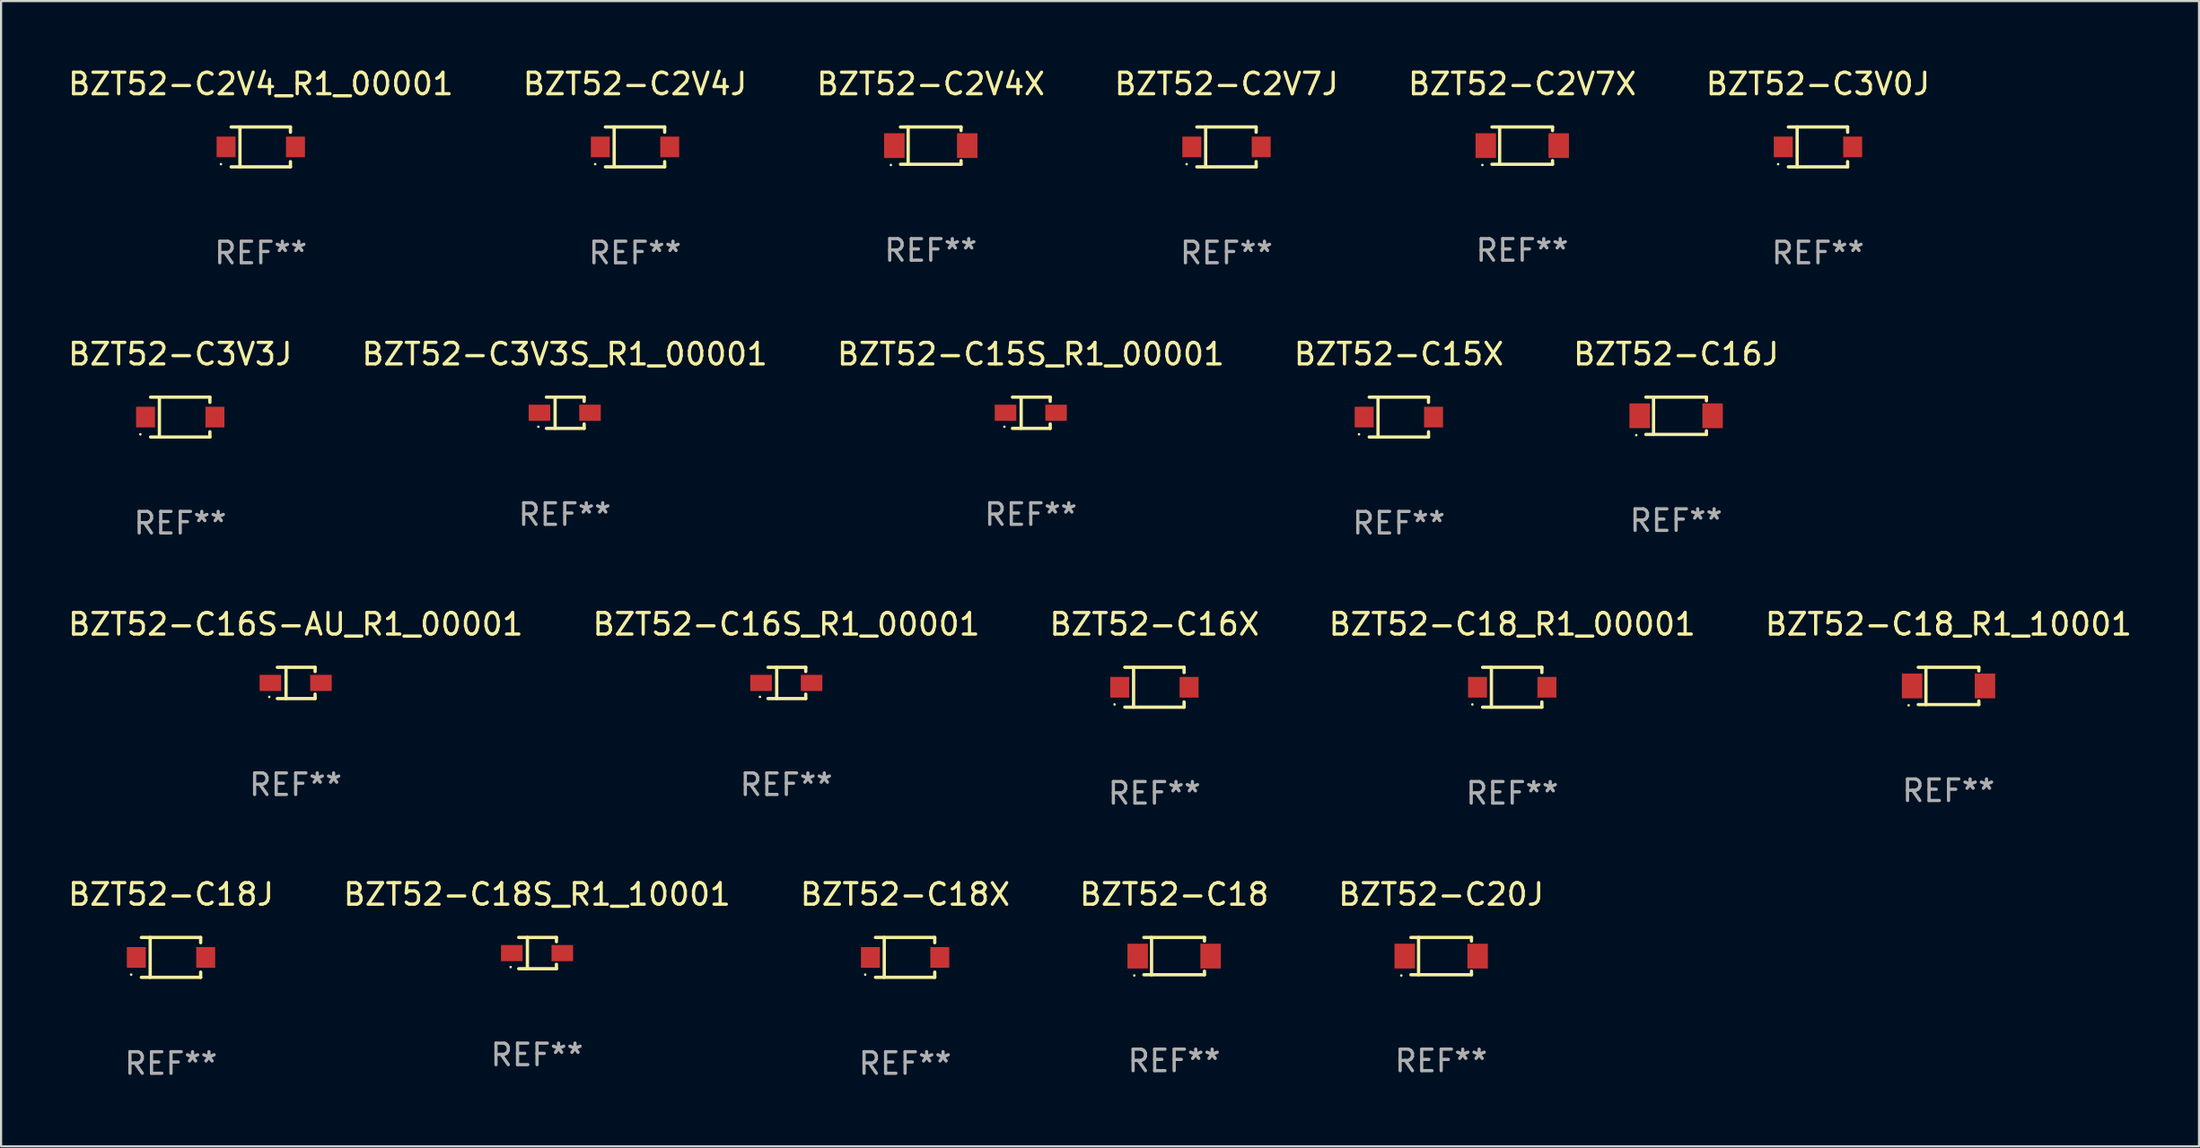
<source format=kicad_pcb>
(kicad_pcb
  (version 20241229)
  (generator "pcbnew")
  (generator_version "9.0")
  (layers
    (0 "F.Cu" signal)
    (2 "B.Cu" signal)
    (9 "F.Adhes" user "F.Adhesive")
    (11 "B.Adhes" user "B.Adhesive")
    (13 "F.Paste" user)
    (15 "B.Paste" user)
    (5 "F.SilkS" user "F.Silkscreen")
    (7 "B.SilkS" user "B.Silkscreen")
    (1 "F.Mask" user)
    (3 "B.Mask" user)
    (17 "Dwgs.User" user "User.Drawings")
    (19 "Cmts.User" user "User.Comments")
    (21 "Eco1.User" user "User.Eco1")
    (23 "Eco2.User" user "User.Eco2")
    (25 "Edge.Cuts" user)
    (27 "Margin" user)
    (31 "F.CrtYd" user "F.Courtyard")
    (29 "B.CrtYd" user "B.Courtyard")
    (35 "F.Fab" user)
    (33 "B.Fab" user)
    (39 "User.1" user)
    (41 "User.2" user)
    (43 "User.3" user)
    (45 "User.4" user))
  (footprint "BZT52-C2V4X"
    (layer "F.Cu")
    (at 40.149 3.714)
    (property "Reference" "BZT52-C2V4X" (at 0 -2.866 0) (layer "F.SilkS") (effects (font (size 1 1) (thickness 0.15))))
    (attr through_hole)
    (fp_line (start -1.406 -0.866) (end 1.406 -0.866) (stroke (width 0.152) (type solid)) (layer "F.SilkS"))
    (fp_line (start -1.406 0.866) (end 1.406 0.866) (stroke (width 0.152) (type solid)) (layer "F.SilkS"))
    (fp_line (start -1.049 -0.866) (end -1.049 0.866) (stroke (width 0.152) (type solid)) (layer "F.SilkS"))
    (fp_line (start 1.406 -0.866) (end 1.406 -0.698) (stroke (width 0.152) (type solid)) (layer "F.SilkS"))
    (fp_line (start 1.406 0.866) (end 1.406 0.698) (stroke (width 0.152) (type solid)) (layer "F.SilkS"))
    (fp_circle (center -1.851 0.9) (end -1.821 0.9) (stroke (width 0.06) (type solid)) (fill no) (layer "F.SilkS"))
    (fp_text user "REF**" (at 0 4.866 0) (layer "F.Fab") (effects (font (size 1 1) (thickness 0.15))))
    (pad "1" smd rect (at -1.692 0) (size 0.95 1.15) (layers "F.Cu" "F.Mask" "F.Paste"))
    (pad "2" smd rect (at 1.692 0) (size 0.95 1.15) (layers "F.Cu" "F.Mask" "F.Paste")))
  (footprint "BZT52-C20J"
    (layer "F.Cu")
    (at 63.839 41.361)
    (property "Reference" "BZT52-C20J" (at 0 -2.866 0) (layer "F.SilkS") (effects (font (size 1 1) (thickness 0.15))))
    (attr through_hole)
    (fp_line (start -1.406 -0.866) (end 1.406 -0.866) (stroke (width 0.152) (type solid)) (layer "F.SilkS"))
    (fp_line (start -1.406 0.866) (end 1.406 0.866) (stroke (width 0.152) (type solid)) (layer "F.SilkS"))
    (fp_line (start -1.049 -0.866) (end -1.049 0.866) (stroke (width 0.152) (type solid)) (layer "F.SilkS"))
    (fp_line (start 1.406 -0.866) (end 1.406 -0.698) (stroke (width 0.152) (type solid)) (layer "F.SilkS"))
    (fp_line (start 1.406 0.866) (end 1.406 0.698) (stroke (width 0.152) (type solid)) (layer "F.SilkS"))
    (fp_circle (center -1.851 0.9) (end -1.821 0.9) (stroke (width 0.06) (type solid)) (fill no) (layer "F.SilkS"))
    (fp_text user "REF**" (at 0 4.866 0) (layer "F.Fab") (effects (font (size 1 1) (thickness 0.15))))
    (pad "1" smd rect (at -1.692 0) (size 0.95 1.15) (layers "F.Cu" "F.Mask" "F.Paste"))
    (pad "2" smd rect (at 1.692 0) (size 0.95 1.15) (layers "F.Cu" "F.Mask" "F.Paste")))
  (footprint "BZT52-C3V0J"
    (layer "F.Cu")
    (at 81.327 3.774)
    (property "Reference" "BZT52-C3V0J" (at 0 -2.926 0) (layer "F.SilkS") (effects (font (size 1 1) (thickness 0.15))))
    (attr through_hole)
    (fp_line (start -1.376 -0.926) (end 1.376 -0.926) (stroke (width 0.152) (type solid)) (layer "F.SilkS"))
    (fp_line (start -1.376 0.926) (end 1.376 0.926) (stroke (width 0.152) (type solid)) (layer "F.SilkS"))
    (fp_line (start -0.967 -0.926) (end -0.967 0.926) (stroke (width 0.152) (type solid)) (layer "F.SilkS"))
    (fp_line (start 1.376 -0.926) (end 1.376 -0.683) (stroke (width 0.152) (type solid)) (layer "F.SilkS"))
    (fp_line (start 1.376 0.926) (end 1.376 0.683) (stroke (width 0.152) (type solid)) (layer "F.SilkS"))
    (fp_circle (center -1.85 0.8) (end -1.82 0.8) (stroke (width 0.06) (type solid)) (fill no) (layer "F.SilkS"))
    (fp_text user "REF**" (at 0 4.926 0) (layer "F.Fab") (effects (font (size 1 1) (thickness 0.15))))
    (pad "1" smd rect (at -1.61 0) (size 0.88 0.96) (layers "F.Cu" "F.Mask" "F.Paste"))
    (pad "2" smd rect (at 1.61 0) (size 0.88 0.96) (layers "F.Cu" "F.Mask" "F.Paste")))
  (footprint "BZT52-C16S-AU_R1_00001"
    (layer "F.Cu")
    (at 10.673 28.672)
    (property "Reference" "BZT52-C16S-AU_R1_00001" (at 0 -2.726 0) (layer "F.SilkS") (effects (font (size 1 1) (thickness 0.15))))
    (attr through_hole)
    (fp_line (start -0.851 -0.726) (end 0.901 -0.726) (stroke (width 0.152) (type solid)) (layer "F.SilkS"))
    (fp_line (start -0.851 0.726) (end 0.901 0.726) (stroke (width 0.152) (type solid)) (layer "F.SilkS"))
    (fp_line (start -0.447 -0.726) (end -0.447 0.726) (stroke (width 0.152) (type solid)) (layer "F.SilkS"))
    (fp_line (start 0.901 -0.726) (end 0.901 -0.53) (stroke (width 0.152) (type solid)) (layer "F.SilkS"))
    (fp_line (start 0.901 0.726) (end 0.901 0.52) (stroke (width 0.152) (type solid)) (layer "F.SilkS"))
    (fp_circle (center -1.225 0.65) (end -1.195 0.65) (stroke (width 0.06) (type solid)) (fill no) (layer "F.SilkS"))
    (fp_text user "REF**" (at 0 4.726 0) (layer "F.Fab") (effects (font (size 1 1) (thickness 0.15))))
    (pad "1" smd rect (at -1.173 0) (size 1 0.75) (layers "F.Cu" "F.Mask" "F.Paste"))
    (pad "2" smd rect (at 1.173 0) (size 1 0.75) (layers "F.Cu" "F.Mask" "F.Paste")))
  (footprint "BZT52-C3V3S_R1_00001"
    (layer "F.Cu")
    (at 23.161 16.123)
    (property "Reference" "BZT52-C3V3S_R1_00001" (at 0 -2.726 0) (layer "F.SilkS") (effects (font (size 1 1) (thickness 0.15))))
    (attr through_hole)
    (fp_line (start -0.851 -0.726) (end 0.901 -0.726) (stroke (width 0.152) (type solid)) (layer "F.SilkS"))
    (fp_line (start -0.851 0.726) (end 0.901 0.726) (stroke (width 0.152) (type solid)) (layer "F.SilkS"))
    (fp_line (start -0.447 -0.726) (end -0.447 0.726) (stroke (width 0.152) (type solid)) (layer "F.SilkS"))
    (fp_line (start 0.901 -0.726) (end 0.901 -0.53) (stroke (width 0.152) (type solid)) (layer "F.SilkS"))
    (fp_line (start 0.901 0.726) (end 0.901 0.52) (stroke (width 0.152) (type solid)) (layer "F.SilkS"))
    (fp_circle (center -1.225 0.65) (end -1.195 0.65) (stroke (width 0.06) (type solid)) (fill no) (layer "F.SilkS"))
    (fp_text user "REF**" (at 0 4.726 0) (layer "F.Fab") (effects (font (size 1 1) (thickness 0.15))))
    (pad "1" smd rect (at -1.173 0) (size 1 0.75) (layers "F.Cu" "F.Mask" "F.Paste"))
    (pad "2" smd rect (at 1.173 0) (size 1 0.75) (layers "F.Cu" "F.Mask" "F.Paste")))
  (footprint "BZT52-C18"
    (layer "F.Cu")
    (at 51.446 41.361)
    (property "Reference" "BZT52-C18" (at 0 -2.866 0) (layer "F.SilkS") (effects (font (size 1 1) (thickness 0.15))))
    (attr through_hole)
    (fp_line (start -1.406 -0.866) (end 1.406 -0.866) (stroke (width 0.152) (type solid)) (layer "F.SilkS"))
    (fp_line (start -1.406 0.866) (end 1.406 0.866) (stroke (width 0.152) (type solid)) (layer "F.SilkS"))
    (fp_line (start -1.049 -0.866) (end -1.049 0.866) (stroke (width 0.152) (type solid)) (layer "F.SilkS"))
    (fp_line (start 1.406 -0.866) (end 1.406 -0.698) (stroke (width 0.152) (type solid)) (layer "F.SilkS"))
    (fp_line (start 1.406 0.866) (end 1.406 0.698) (stroke (width 0.152) (type solid)) (layer "F.SilkS"))
    (fp_circle (center -1.851 0.9) (end -1.821 0.9) (stroke (width 0.06) (type solid)) (fill no) (layer "F.SilkS"))
    (fp_text user "REF**" (at 0 4.866 0) (layer "F.Fab") (effects (font (size 1 1) (thickness 0.15))))
    (pad "1" smd rect (at -1.692 0) (size 0.95 1.15) (layers "F.Cu" "F.Mask" "F.Paste"))
    (pad "2" smd rect (at 1.692 0) (size 0.95 1.15) (layers "F.Cu" "F.Mask" "F.Paste")))
  (footprint "BZT52-C15S_R1_00001"
    (layer "F.Cu")
    (at 44.792 16.123)
    (property "Reference" "BZT52-C15S_R1_00001" (at 0 -2.726 0) (layer "F.SilkS") (effects (font (size 1 1) (thickness 0.15))))
    (attr through_hole)
    (fp_line (start -0.851 -0.726) (end 0.901 -0.726) (stroke (width 0.152) (type solid)) (layer "F.SilkS"))
    (fp_line (start -0.851 0.726) (end 0.901 0.726) (stroke (width 0.152) (type solid)) (layer "F.SilkS"))
    (fp_line (start -0.447 -0.726) (end -0.447 0.726) (stroke (width 0.152) (type solid)) (layer "F.SilkS"))
    (fp_line (start 0.901 -0.726) (end 0.901 -0.53) (stroke (width 0.152) (type solid)) (layer "F.SilkS"))
    (fp_line (start 0.901 0.726) (end 0.901 0.52) (stroke (width 0.152) (type solid)) (layer "F.SilkS"))
    (fp_circle (center -1.225 0.65) (end -1.195 0.65) (stroke (width 0.06) (type solid)) (fill no) (layer "F.SilkS"))
    (fp_text user "REF**" (at 0 4.726 0) (layer "F.Fab") (effects (font (size 1 1) (thickness 0.15))))
    (pad "1" smd rect (at -1.173 0) (size 1 0.75) (layers "F.Cu" "F.Mask" "F.Paste"))
    (pad "2" smd rect (at 1.173 0) (size 1 0.75) (layers "F.Cu" "F.Mask" "F.Paste")))
  (footprint "BZT52-C16J"
    (layer "F.Cu")
    (at 74.744 16.263)
    (property "Reference" "BZT52-C16J" (at 0 -2.866 0) (layer "F.SilkS") (effects (font (size 1 1) (thickness 0.15))))
    (attr through_hole)
    (fp_line (start -1.406 -0.866) (end 1.406 -0.866) (stroke (width 0.152) (type solid)) (layer "F.SilkS"))
    (fp_line (start -1.406 0.866) (end 1.406 0.866) (stroke (width 0.152) (type solid)) (layer "F.SilkS"))
    (fp_line (start -1.049 -0.866) (end -1.049 0.866) (stroke (width 0.152) (type solid)) (layer "F.SilkS"))
    (fp_line (start 1.406 -0.866) (end 1.406 -0.698) (stroke (width 0.152) (type solid)) (layer "F.SilkS"))
    (fp_line (start 1.406 0.866) (end 1.406 0.698) (stroke (width 0.152) (type solid)) (layer "F.SilkS"))
    (fp_circle (center -1.851 0.9) (end -1.821 0.9) (stroke (width 0.06) (type solid)) (fill no) (layer "F.SilkS"))
    (fp_text user "REF**" (at 0 4.866 0) (layer "F.Fab") (effects (font (size 1 1) (thickness 0.15))))
    (pad "1" smd rect (at -1.692 0) (size 0.95 1.15) (layers "F.Cu" "F.Mask" "F.Paste"))
    (pad "2" smd rect (at 1.692 0) (size 0.95 1.15) (layers "F.Cu" "F.Mask" "F.Paste")))
  (footprint "BZT52-C18S_R1_10001"
    (layer "F.Cu")
    (at 21.875 41.221)
    (property "Reference" "BZT52-C18S_R1_10001" (at 0 -2.726 0) (layer "F.SilkS") (effects (font (size 1 1) (thickness 0.15))))
    (attr through_hole)
    (fp_line (start -0.851 -0.726) (end 0.901 -0.726) (stroke (width 0.152) (type solid)) (layer "F.SilkS"))
    (fp_line (start -0.851 0.726) (end 0.901 0.726) (stroke (width 0.152) (type solid)) (layer "F.SilkS"))
    (fp_line (start -0.447 -0.726) (end -0.447 0.726) (stroke (width 0.152) (type solid)) (layer "F.SilkS"))
    (fp_line (start 0.901 -0.726) (end 0.901 -0.53) (stroke (width 0.152) (type solid)) (layer "F.SilkS"))
    (fp_line (start 0.901 0.726) (end 0.901 0.52) (stroke (width 0.152) (type solid)) (layer "F.SilkS"))
    (fp_circle (center -1.225 0.65) (end -1.195 0.65) (stroke (width 0.06) (type solid)) (fill no) (layer "F.SilkS"))
    (fp_text user "REF**" (at 0 4.726 0) (layer "F.Fab") (effects (font (size 1 1) (thickness 0.15))))
    (pad "1" smd rect (at -1.173 0) (size 1 0.75) (layers "F.Cu" "F.Mask" "F.Paste"))
    (pad "2" smd rect (at 1.173 0) (size 1 0.75) (layers "F.Cu" "F.Mask" "F.Paste")))
  (footprint "BZT52-C16S_R1_00001"
    (layer "F.Cu")
    (at 33.446 28.672)
    (property "Reference" "BZT52-C16S_R1_00001" (at 0 -2.726 0) (layer "F.SilkS") (effects (font (size 1 1) (thickness 0.15))))
    (attr through_hole)
    (fp_line (start -0.851 -0.726) (end 0.901 -0.726) (stroke (width 0.152) (type solid)) (layer "F.SilkS"))
    (fp_line (start -0.851 0.726) (end 0.901 0.726) (stroke (width 0.152) (type solid)) (layer "F.SilkS"))
    (fp_line (start -0.447 -0.726) (end -0.447 0.726) (stroke (width 0.152) (type solid)) (layer "F.SilkS"))
    (fp_line (start 0.901 -0.726) (end 0.901 -0.53) (stroke (width 0.152) (type solid)) (layer "F.SilkS"))
    (fp_line (start 0.901 0.726) (end 0.901 0.52) (stroke (width 0.152) (type solid)) (layer "F.SilkS"))
    (fp_circle (center -1.225 0.65) (end -1.195 0.65) (stroke (width 0.06) (type solid)) (fill no) (layer "F.SilkS"))
    (fp_text user "REF**" (at 0 4.726 0) (layer "F.Fab") (effects (font (size 1 1) (thickness 0.15))))
    (pad "1" smd rect (at -1.173 0) (size 1 0.75) (layers "F.Cu" "F.Mask" "F.Paste"))
    (pad "2" smd rect (at 1.173 0) (size 1 0.75) (layers "F.Cu" "F.Mask" "F.Paste")))
  (footprint "BZT52-C18X"
    (layer "F.Cu")
    (at 38.958 41.421)
    (property "Reference" "BZT52-C18X" (at 0 -2.926 0) (layer "F.SilkS") (effects (font (size 1 1) (thickness 0.15))))
    (attr through_hole)
    (fp_line (start -1.376 -0.926) (end 1.376 -0.926) (stroke (width 0.152) (type solid)) (layer "F.SilkS"))
    (fp_line (start -1.376 0.926) (end 1.376 0.926) (stroke (width 0.152) (type solid)) (layer "F.SilkS"))
    (fp_line (start -0.967 -0.926) (end -0.967 0.926) (stroke (width 0.152) (type solid)) (layer "F.SilkS"))
    (fp_line (start 1.376 -0.926) (end 1.376 -0.683) (stroke (width 0.152) (type solid)) (layer "F.SilkS"))
    (fp_line (start 1.376 0.926) (end 1.376 0.683) (stroke (width 0.152) (type solid)) (layer "F.SilkS"))
    (fp_circle (center -1.85 0.8) (end -1.82 0.8) (stroke (width 0.06) (type solid)) (fill no) (layer "F.SilkS"))
    (fp_text user "REF**" (at 0 4.926 0) (layer "F.Fab") (effects (font (size 1 1) (thickness 0.15))))
    (pad "1" smd rect (at -1.61 0) (size 0.88 0.96) (layers "F.Cu" "F.Mask" "F.Paste"))
    (pad "2" smd rect (at 1.61 0) (size 0.88 0.96) (layers "F.Cu" "F.Mask" "F.Paste")))
  (footprint "BZT52-C18_R1_10001"
    (layer "F.Cu")
    (at 87.387 28.812)
    (property "Reference" "BZT52-C18_R1_10001" (at 0 -2.866 0) (layer "F.SilkS") (effects (font (size 1 1) (thickness 0.15))))
    (attr through_hole)
    (fp_line (start -1.406 -0.866) (end 1.406 -0.866) (stroke (width 0.152) (type solid)) (layer "F.SilkS"))
    (fp_line (start -1.406 0.866) (end 1.406 0.866) (stroke (width 0.152) (type solid)) (layer "F.SilkS"))
    (fp_line (start -1.049 -0.866) (end -1.049 0.866) (stroke (width 0.152) (type solid)) (layer "F.SilkS"))
    (fp_line (start 1.406 -0.866) (end 1.406 -0.698) (stroke (width 0.152) (type solid)) (layer "F.SilkS"))
    (fp_line (start 1.406 0.866) (end 1.406 0.698) (stroke (width 0.152) (type solid)) (layer "F.SilkS"))
    (fp_circle (center -1.851 0.9) (end -1.821 0.9) (stroke (width 0.06) (type solid)) (fill no) (layer "F.SilkS"))
    (fp_text user "REF**" (at 0 4.866 0) (layer "F.Fab") (effects (font (size 1 1) (thickness 0.15))))
    (pad "1" smd rect (at -1.692 0) (size 0.95 1.15) (layers "F.Cu" "F.Mask" "F.Paste"))
    (pad "2" smd rect (at 1.692 0) (size 0.95 1.15) (layers "F.Cu" "F.Mask" "F.Paste")))
  (footprint "BZT52-C18_R1_00001"
    (layer "F.Cu")
    (at 67.137 28.872)
    (property "Reference" "BZT52-C18_R1_00001" (at 0 -2.926 0) (layer "F.SilkS") (effects (font (size 1 1) (thickness 0.15))))
    (attr through_hole)
    (fp_line (start -1.376 -0.926) (end 1.376 -0.926) (stroke (width 0.152) (type solid)) (layer "F.SilkS"))
    (fp_line (start -1.376 0.926) (end 1.376 0.926) (stroke (width 0.152) (type solid)) (layer "F.SilkS"))
    (fp_line (start -0.967 -0.926) (end -0.967 0.926) (stroke (width 0.152) (type solid)) (layer "F.SilkS"))
    (fp_line (start 1.376 -0.926) (end 1.376 -0.683) (stroke (width 0.152) (type solid)) (layer "F.SilkS"))
    (fp_line (start 1.376 0.926) (end 1.376 0.683) (stroke (width 0.152) (type solid)) (layer "F.SilkS"))
    (fp_circle (center -1.85 0.8) (end -1.82 0.8) (stroke (width 0.06) (type solid)) (fill no) (layer "F.SilkS"))
    (fp_text user "REF**" (at 0 4.926 0) (layer "F.Fab") (effects (font (size 1 1) (thickness 0.15))))
    (pad "1" smd rect (at -1.61 0) (size 0.88 0.96) (layers "F.Cu" "F.Mask" "F.Paste"))
    (pad "2" smd rect (at 1.61 0) (size 0.88 0.96) (layers "F.Cu" "F.Mask" "F.Paste")))
  (footprint "BZT52-C2V7J"
    (layer "F.Cu")
    (at 53.875 3.774)
    (property "Reference" "BZT52-C2V7J" (at 0 -2.926 0) (layer "F.SilkS") (effects (font (size 1 1) (thickness 0.15))))
    (attr through_hole)
    (fp_line (start -1.376 -0.926) (end 1.376 -0.926) (stroke (width 0.152) (type solid)) (layer "F.SilkS"))
    (fp_line (start -1.376 0.926) (end 1.376 0.926) (stroke (width 0.152) (type solid)) (layer "F.SilkS"))
    (fp_line (start -0.967 -0.926) (end -0.967 0.926) (stroke (width 0.152) (type solid)) (layer "F.SilkS"))
    (fp_line (start 1.376 -0.926) (end 1.376 -0.683) (stroke (width 0.152) (type solid)) (layer "F.SilkS"))
    (fp_line (start 1.376 0.926) (end 1.376 0.683) (stroke (width 0.152) (type solid)) (layer "F.SilkS"))
    (fp_circle (center -1.85 0.8) (end -1.82 0.8) (stroke (width 0.06) (type solid)) (fill no) (layer "F.SilkS"))
    (fp_text user "REF**" (at 0 4.926 0) (layer "F.Fab") (effects (font (size 1 1) (thickness 0.15))))
    (pad "1" smd rect (at -1.61 0) (size 0.88 0.96) (layers "F.Cu" "F.Mask" "F.Paste"))
    (pad "2" smd rect (at 1.61 0) (size 0.88 0.96) (layers "F.Cu" "F.Mask" "F.Paste")))
  (footprint "BZT52-C2V7X"
    (layer "F.Cu")
    (at 67.601 3.714)
    (property "Reference" "BZT52-C2V7X" (at 0 -2.866 0) (layer "F.SilkS") (effects (font (size 1 1) (thickness 0.15))))
    (attr through_hole)
    (fp_line (start -1.406 -0.866) (end 1.406 -0.866) (stroke (width 0.152) (type solid)) (layer "F.SilkS"))
    (fp_line (start -1.406 0.866) (end 1.406 0.866) (stroke (width 0.152) (type solid)) (layer "F.SilkS"))
    (fp_line (start -1.049 -0.866) (end -1.049 0.866) (stroke (width 0.152) (type solid)) (layer "F.SilkS"))
    (fp_line (start 1.406 -0.866) (end 1.406 -0.698) (stroke (width 0.152) (type solid)) (layer "F.SilkS"))
    (fp_line (start 1.406 0.866) (end 1.406 0.698) (stroke (width 0.152) (type solid)) (layer "F.SilkS"))
    (fp_circle (center -1.851 0.9) (end -1.821 0.9) (stroke (width 0.06) (type solid)) (fill no) (layer "F.SilkS"))
    (fp_text user "REF**" (at 0 4.866 0) (layer "F.Fab") (effects (font (size 1 1) (thickness 0.15))))
    (pad "1" smd rect (at -1.692 0) (size 0.95 1.15) (layers "F.Cu" "F.Mask" "F.Paste"))
    (pad "2" smd rect (at 1.692 0) (size 0.95 1.15) (layers "F.Cu" "F.Mask" "F.Paste")))
  (footprint "BZT52-C3V3J"
    (layer "F.Cu")
    (at 5.315 16.323)
    (property "Reference" "BZT52-C3V3J" (at 0 -2.926 0) (layer "F.SilkS") (effects (font (size 1 1) (thickness 0.15))))
    (attr through_hole)
    (fp_line (start -1.376 -0.926) (end 1.376 -0.926) (stroke (width 0.152) (type solid)) (layer "F.SilkS"))
    (fp_line (start -1.376 0.926) (end 1.376 0.926) (stroke (width 0.152) (type solid)) (layer "F.SilkS"))
    (fp_line (start -0.967 -0.926) (end -0.967 0.926) (stroke (width 0.152) (type solid)) (layer "F.SilkS"))
    (fp_line (start 1.376 -0.926) (end 1.376 -0.683) (stroke (width 0.152) (type solid)) (layer "F.SilkS"))
    (fp_line (start 1.376 0.926) (end 1.376 0.683) (stroke (width 0.152) (type solid)) (layer "F.SilkS"))
    (fp_circle (center -1.85 0.8) (end -1.82 0.8) (stroke (width 0.06) (type solid)) (fill no) (layer "F.SilkS"))
    (fp_text user "REF**" (at 0 4.926 0) (layer "F.Fab") (effects (font (size 1 1) (thickness 0.15))))
    (pad "1" smd rect (at -1.61 0) (size 0.88 0.96) (layers "F.Cu" "F.Mask" "F.Paste"))
    (pad "2" smd rect (at 1.61 0) (size 0.88 0.96) (layers "F.Cu" "F.Mask" "F.Paste")))
  (footprint "BZT52-C15X"
    (layer "F.Cu")
    (at 61.875 16.323)
    (property "Reference" "BZT52-C15X" (at 0 -2.926 0) (layer "F.SilkS") (effects (font (size 1 1) (thickness 0.15))))
    (attr through_hole)
    (fp_line (start -1.376 -0.926) (end 1.376 -0.926) (stroke (width 0.152) (type solid)) (layer "F.SilkS"))
    (fp_line (start -1.376 0.926) (end 1.376 0.926) (stroke (width 0.152) (type solid)) (layer "F.SilkS"))
    (fp_line (start -0.967 -0.926) (end -0.967 0.926) (stroke (width 0.152) (type solid)) (layer "F.SilkS"))
    (fp_line (start 1.376 -0.926) (end 1.376 -0.683) (stroke (width 0.152) (type solid)) (layer "F.SilkS"))
    (fp_line (start 1.376 0.926) (end 1.376 0.683) (stroke (width 0.152) (type solid)) (layer "F.SilkS"))
    (fp_circle (center -1.85 0.8) (end -1.82 0.8) (stroke (width 0.06) (type solid)) (fill no) (layer "F.SilkS"))
    (fp_text user "REF**" (at 0 4.926 0) (layer "F.Fab") (effects (font (size 1 1) (thickness 0.15))))
    (pad "1" smd rect (at -1.61 0) (size 0.88 0.96) (layers "F.Cu" "F.Mask" "F.Paste"))
    (pad "2" smd rect (at 1.61 0) (size 0.88 0.96) (layers "F.Cu" "F.Mask" "F.Paste")))
  (footprint "BZT52-C2V4J"
    (layer "F.Cu")
    (at 26.423 3.774)
    (property "Reference" "BZT52-C2V4J" (at 0 -2.926 0) (layer "F.SilkS") (effects (font (size 1 1) (thickness 0.15))))
    (attr through_hole)
    (fp_line (start -1.376 -0.926) (end 1.376 -0.926) (stroke (width 0.152) (type solid)) (layer "F.SilkS"))
    (fp_line (start -1.376 0.926) (end 1.376 0.926) (stroke (width 0.152) (type solid)) (layer "F.SilkS"))
    (fp_line (start -0.967 -0.926) (end -0.967 0.926) (stroke (width 0.152) (type solid)) (layer "F.SilkS"))
    (fp_line (start 1.376 -0.926) (end 1.376 -0.683) (stroke (width 0.152) (type solid)) (layer "F.SilkS"))
    (fp_line (start 1.376 0.926) (end 1.376 0.683) (stroke (width 0.152) (type solid)) (layer "F.SilkS"))
    (fp_circle (center -1.85 0.8) (end -1.82 0.8) (stroke (width 0.06) (type solid)) (fill no) (layer "F.SilkS"))
    (fp_text user "REF**" (at 0 4.926 0) (layer "F.Fab") (effects (font (size 1 1) (thickness 0.15))))
    (pad "1" smd rect (at -1.61 0) (size 0.88 0.96) (layers "F.Cu" "F.Mask" "F.Paste"))
    (pad "2" smd rect (at 1.61 0) (size 0.88 0.96) (layers "F.Cu" "F.Mask" "F.Paste")))
  (footprint "BZT52-C2V4_R1_00001"
    (layer "F.Cu")
    (at 9.054 3.774)
    (property "Reference" "BZT52-C2V4_R1_00001" (at 0 -2.926 0) (layer "F.SilkS") (effects (font (size 1 1) (thickness 0.15))))
    (attr through_hole)
    (fp_line (start -1.376 -0.926) (end 1.376 -0.926) (stroke (width 0.152) (type solid)) (layer "F.SilkS"))
    (fp_line (start -1.376 0.926) (end 1.376 0.926) (stroke (width 0.152) (type solid)) (layer "F.SilkS"))
    (fp_line (start -0.967 -0.926) (end -0.967 0.926) (stroke (width 0.152) (type solid)) (layer "F.SilkS"))
    (fp_line (start 1.376 -0.926) (end 1.376 -0.683) (stroke (width 0.152) (type solid)) (layer "F.SilkS"))
    (fp_line (start 1.376 0.926) (end 1.376 0.683) (stroke (width 0.152) (type solid)) (layer "F.SilkS"))
    (fp_circle (center -1.85 0.8) (end -1.82 0.8) (stroke (width 0.06) (type solid)) (fill no) (layer "F.SilkS"))
    (fp_text user "REF**" (at 0 4.926 0) (layer "F.Fab") (effects (font (size 1 1) (thickness 0.15))))
    (pad "1" smd rect (at -1.61 0) (size 0.88 0.96) (layers "F.Cu" "F.Mask" "F.Paste"))
    (pad "2" smd rect (at 1.61 0) (size 0.88 0.96) (layers "F.Cu" "F.Mask" "F.Paste")))
  (footprint "BZT52-C18J"
    (layer "F.Cu")
    (at 4.887 41.421)
    (property "Reference" "BZT52-C18J" (at 0 -2.926 0) (layer "F.SilkS") (effects (font (size 1 1) (thickness 0.15))))
    (attr through_hole)
    (fp_line (start -1.376 -0.926) (end 1.376 -0.926) (stroke (width 0.152) (type solid)) (layer "F.SilkS"))
    (fp_line (start -1.376 0.926) (end 1.376 0.926) (stroke (width 0.152) (type solid)) (layer "F.SilkS"))
    (fp_line (start -0.967 -0.926) (end -0.967 0.926) (stroke (width 0.152) (type solid)) (layer "F.SilkS"))
    (fp_line (start 1.376 -0.926) (end 1.376 -0.683) (stroke (width 0.152) (type solid)) (layer "F.SilkS"))
    (fp_line (start 1.376 0.926) (end 1.376 0.683) (stroke (width 0.152) (type solid)) (layer "F.SilkS"))
    (fp_circle (center -1.85 0.8) (end -1.82 0.8) (stroke (width 0.06) (type solid)) (fill no) (layer "F.SilkS"))
    (fp_text user "REF**" (at 0 4.926 0) (layer "F.Fab") (effects (font (size 1 1) (thickness 0.15))))
    (pad "1" smd rect (at -1.61 0) (size 0.88 0.96) (layers "F.Cu" "F.Mask" "F.Paste"))
    (pad "2" smd rect (at 1.61 0) (size 0.88 0.96) (layers "F.Cu" "F.Mask" "F.Paste")))
  (footprint "BZT52-C16X"
    (layer "F.Cu")
    (at 50.53 28.872)
    (property "Reference" "BZT52-C16X" (at 0 -2.926 0) (layer "F.SilkS") (effects (font (size 1 1) (thickness 0.15))))
    (attr through_hole)
    (fp_line (start -1.376 -0.926) (end 1.376 -0.926) (stroke (width 0.152) (type solid)) (layer "F.SilkS"))
    (fp_line (start -1.376 0.926) (end 1.376 0.926) (stroke (width 0.152) (type solid)) (layer "F.SilkS"))
    (fp_line (start -0.967 -0.926) (end -0.967 0.926) (stroke (width 0.152) (type solid)) (layer "F.SilkS"))
    (fp_line (start 1.376 -0.926) (end 1.376 -0.683) (stroke (width 0.152) (type solid)) (layer "F.SilkS"))
    (fp_line (start 1.376 0.926) (end 1.376 0.683) (stroke (width 0.152) (type solid)) (layer "F.SilkS"))
    (fp_circle (center -1.85 0.8) (end -1.82 0.8) (stroke (width 0.06) (type solid)) (fill no) (layer "F.SilkS"))
    (fp_text user "REF**" (at 0 4.926 0) (layer "F.Fab") (effects (font (size 1 1) (thickness 0.15))))
    (pad "1" smd rect (at -1.61 0) (size 0.88 0.96) (layers "F.Cu" "F.Mask" "F.Paste"))
    (pad "2" smd rect (at 1.61 0) (size 0.88 0.96) (layers "F.Cu" "F.Mask" "F.Paste")))
  (gr_rect
    (start -3 -3)
    (end 99.012 50.196)
    (stroke (width 0.1) (type default))
    (fill no)
    (layer "Edge.Cuts")))
</source>
